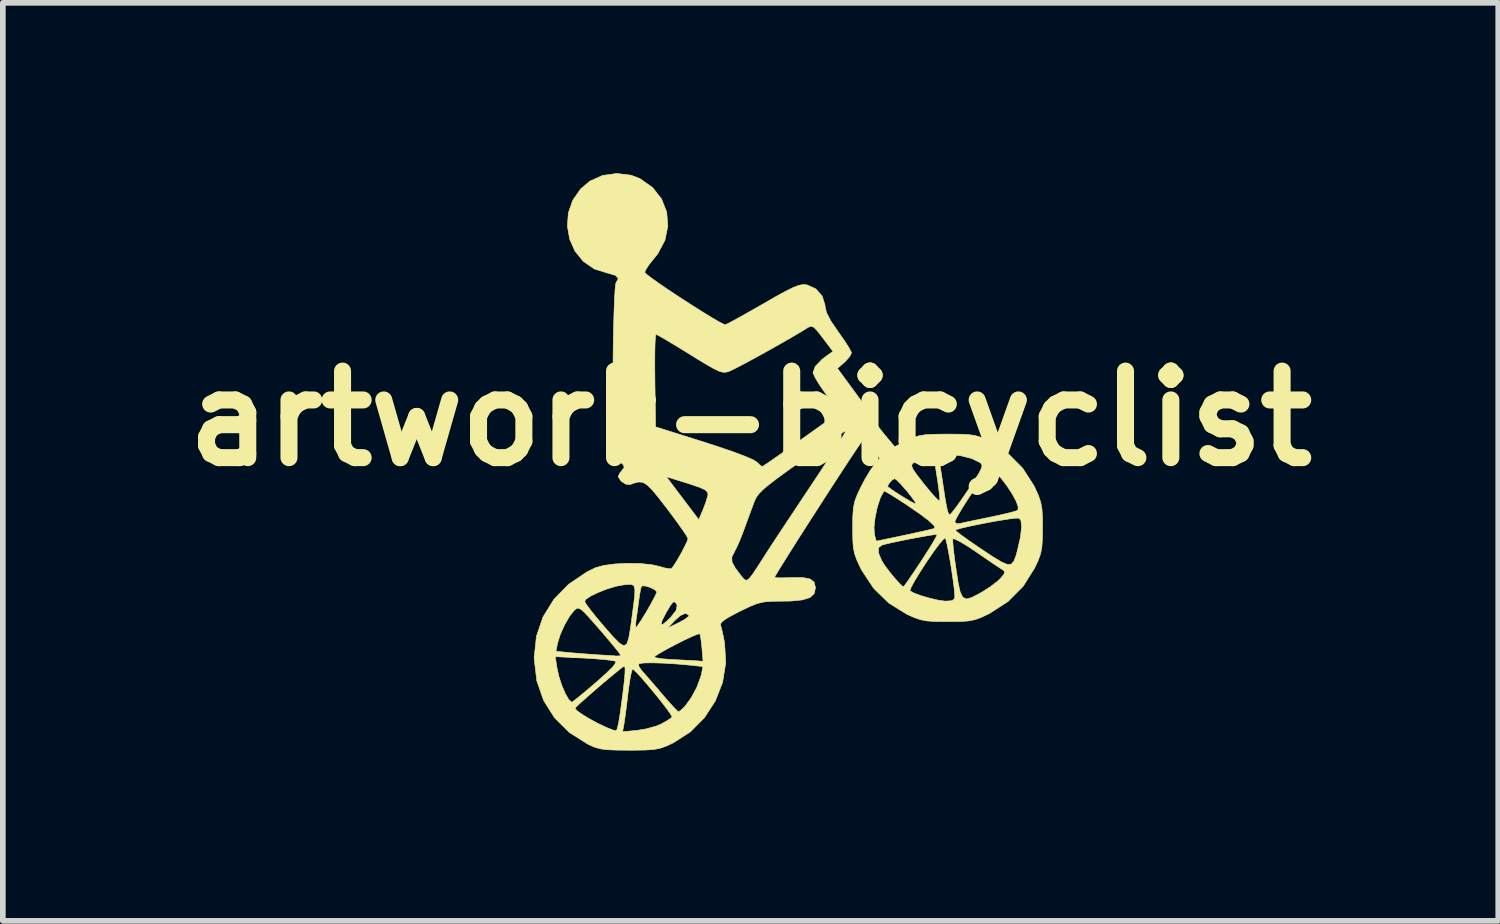
<source format=kicad_pcb>
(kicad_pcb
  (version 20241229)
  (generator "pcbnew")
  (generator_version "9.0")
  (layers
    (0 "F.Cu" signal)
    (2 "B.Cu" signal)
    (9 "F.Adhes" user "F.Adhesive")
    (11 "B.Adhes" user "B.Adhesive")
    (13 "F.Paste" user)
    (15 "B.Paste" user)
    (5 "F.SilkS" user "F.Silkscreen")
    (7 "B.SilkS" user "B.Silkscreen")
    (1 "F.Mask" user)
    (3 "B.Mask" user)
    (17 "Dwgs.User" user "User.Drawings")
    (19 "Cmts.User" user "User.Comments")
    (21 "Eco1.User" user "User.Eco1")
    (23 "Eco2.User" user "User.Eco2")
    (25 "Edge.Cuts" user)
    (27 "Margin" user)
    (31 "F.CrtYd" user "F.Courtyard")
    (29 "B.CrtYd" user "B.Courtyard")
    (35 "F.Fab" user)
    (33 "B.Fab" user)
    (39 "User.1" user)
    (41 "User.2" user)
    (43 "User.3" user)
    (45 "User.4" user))
  (footprint "artwork-bicyclist"
    (layer "F.Cu")
    (at 10.167 4.32)
    (property "Reference" "artwork-bicyclist" (at 0 0 0) (layer "F.SilkS") (effects (font (size 1.524 1.524) (thickness 0.3))))
    (attr through_hole)
    (fp_poly (pts (xy -2.105 -4.285) (xy -1.948 -4.225) (xy -1.725 -4.068) (xy -1.567 -3.867) (xy -1.476 -3.636) (xy -1.456 -3.389) (xy -1.507 -3.139) (xy -1.633 -2.901) (xy -1.697 -2.821) (xy -1.787 -2.71) (xy -1.847 -2.617) (xy -1.863 -2.574) (xy -1.829 -2.538) (xy -1.736 -2.467) (xy -1.598 -2.369) (xy -1.427 -2.253) (xy -1.237 -2.127) (xy -1.041 -2.001) (xy -0.853 -1.882) (xy -0.686 -1.779) (xy -0.553 -1.702) (xy -0.467 -1.658) (xy -0.446 -1.651) (xy -0.4 -1.671) (xy -0.294 -1.727) (xy -0.14 -1.812) (xy 0.049 -1.919) (xy 0.217 -2.015) (xy 0.452 -2.15) (xy 0.626 -2.245) (xy 0.754 -2.308) (xy 0.847 -2.344) (xy 0.917 -2.358) (xy 0.979 -2.355) (xy 0.994 -2.353) (xy 1.149 -2.284) (xy 1.261 -2.158) (xy 1.312 -1.999) (xy 1.313 -1.973) (xy 1.338 -1.865) (xy 1.414 -1.718) (xy 1.546 -1.525) (xy 1.648 -1.38) (xy 1.727 -1.258) (xy 1.772 -1.175) (xy 1.778 -1.155) (xy 1.749 -1.094) (xy 1.676 -1.011) (xy 1.655 -0.991) (xy 1.531 -0.882) (xy 1.866 -0.426) (xy 1.99 -0.256) (xy 2.093 -0.109) (xy 2.166 -0.00029) (xy 2.2 0.057) (xy 2.201 0.062) (xy 2.227 0.109) (xy 2.292 0.199) (xy 2.37 0.295) (xy 2.538 0.496) (xy 2.761 0.386) (xy 2.868 0.337) (xy 2.966 0.305) (xy 3.079 0.286) (xy 3.229 0.278) (xy 3.439 0.275) (xy 3.471 0.275) (xy 3.687 0.277) (xy 3.84 0.284) (xy 3.955 0.3) (xy 4.054 0.33) (xy 4.16 0.377) (xy 4.209 0.402) (xy 4.527 0.608) (xy 4.793 0.875) (xy 4.995 1.189) (xy 5.008 1.216) (xy 5.071 1.357) (xy 5.111 1.475) (xy 5.133 1.596) (xy 5.142 1.749) (xy 5.143 1.926) (xy 5.14 2.129) (xy 5.13 2.274) (xy 5.106 2.391) (xy 5.063 2.507) (xy 5.005 2.631) (xy 4.802 2.954) (xy 4.534 3.224) (xy 4.21 3.433) (xy 4.194 3.441) (xy 4.062 3.503) (xy 3.953 3.543) (xy 3.84 3.565) (xy 3.697 3.575) (xy 3.499 3.577) (xy 3.472 3.577) (xy 3.264 3.575) (xy 3.114 3.566) (xy 2.996 3.544) (xy 2.884 3.506) (xy 2.752 3.447) (xy 2.435 3.25) (xy 2.209 3.03) (xy 2.807 3.03) (xy 2.808 3.034) (xy 2.879 3.074) (xy 3.005 3.121) (xy 3.158 3.165) (xy 3.308 3.2) (xy 3.428 3.216) (xy 3.44 3.216) (xy 3.546 3.209) (xy 3.591 3.178) (xy 3.598 3.13) (xy 3.592 3.036) (xy 3.574 2.891) (xy 3.549 2.717) (xy 3.52 2.532) (xy 3.489 2.358) (xy 3.461 2.216) (xy 3.439 2.125) (xy 3.437 2.12) (xy 3.562 2.12) (xy 3.562 2.177) (xy 3.573 2.3) (xy 3.594 2.471) (xy 3.622 2.67) (xy 3.658 2.903) (xy 3.694 3.059) (xy 3.738 3.148) (xy 3.801 3.178) (xy 3.891 3.155) (xy 4.02 3.089) (xy 4.085 3.052) (xy 4.225 2.962) (xy 4.35 2.866) (xy 4.402 2.817) (xy 4.467 2.738) (xy 4.475 2.693) (xy 4.445 2.667) (xy 4.386 2.629) (xy 4.274 2.555) (xy 4.127 2.454) (xy 3.979 2.353) (xy 3.821 2.247) (xy 3.689 2.168) (xy 3.598 2.123) (xy 3.562 2.12) (xy 3.437 2.12) (xy 3.431 2.104) (xy 3.398 2.125) (xy 3.329 2.205) (xy 3.233 2.333) (xy 3.12 2.496) (xy 3.091 2.539) (xy 2.979 2.714) (xy 2.888 2.863) (xy 2.829 2.973) (xy 2.807 3.03) (xy 2.209 3.03) (xy 2.167 2.988) (xy 1.956 2.669) (xy 1.939 2.635) (xy 1.874 2.496) (xy 1.833 2.383) (xy 1.83 2.368) (xy 2.254 2.368) (xy 2.31 2.502) (xy 2.362 2.586) (xy 2.443 2.694) (xy 2.534 2.805) (xy 2.618 2.899) (xy 2.678 2.956) (xy 2.693 2.963) (xy 2.721 2.93) (xy 2.786 2.839) (xy 2.878 2.704) (xy 2.989 2.538) (xy 3.006 2.512) (xy 3.116 2.341) (xy 3.205 2.198) (xy 3.264 2.094) (xy 3.286 2.045) (xy 3.285 2.043) (xy 3.241 2.045) (xy 3.133 2.061) (xy 2.983 2.088) (xy 2.81 2.12) (xy 2.633 2.156) (xy 2.473 2.19) (xy 2.35 2.219) (xy 2.318 2.228) (xy 2.255 2.275) (xy 2.254 2.368) (xy 1.83 2.368) (xy 1.81 2.266) (xy 1.801 2.119) (xy 1.799 1.927) (xy 1.799 1.919) (xy 2.175 1.919) (xy 2.183 2.043) (xy 2.204 2.127) (xy 2.217 2.159) (xy 2.26 2.151) (xy 2.369 2.128) (xy 2.528 2.095) (xy 2.721 2.054) (xy 2.73 2.052) (xy 2.924 2.01) (xy 3.086 1.974) (xy 3.12 1.966) (xy 3.608 1.966) (xy 3.635 1.994) (xy 3.72 2.06) (xy 3.851 2.154) (xy 4.017 2.268) (xy 4.071 2.304) (xy 4.276 2.44) (xy 4.423 2.528) (xy 4.524 2.57) (xy 4.591 2.566) (xy 4.637 2.515) (xy 4.674 2.419) (xy 4.7 2.325) (xy 4.753 2.093) (xy 4.774 1.914) (xy 4.763 1.798) (xy 4.73 1.755) (xy 4.671 1.755) (xy 4.549 1.77) (xy 4.385 1.796) (xy 4.198 1.829) (xy 4.009 1.866) (xy 3.836 1.902) (xy 3.699 1.935) (xy 3.619 1.959) (xy 3.608 1.966) (xy 3.12 1.966) (xy 3.199 1.947) (xy 3.246 1.933) (xy 3.246 1.933) (xy 3.235 1.889) (xy 3.167 1.823) (xy 3.598 1.823) (xy 3.633 1.854) (xy 3.694 1.848) (xy 3.774 1.83) (xy 3.915 1.8) (xy 4.094 1.763) (xy 4.233 1.734) (xy 4.418 1.694) (xy 4.571 1.658) (xy 4.674 1.629) (xy 4.708 1.615) (xy 4.714 1.556) (xy 4.676 1.452) (xy 4.605 1.322) (xy 4.514 1.183) (xy 4.415 1.054) (xy 4.321 0.952) (xy 4.243 0.896) (xy 4.218 0.891) (xy 4.179 0.925) (xy 4.107 1.016) (xy 4.013 1.145) (xy 3.909 1.298) (xy 3.804 1.457) (xy 3.711 1.606) (xy 3.64 1.728) (xy 3.602 1.807) (xy 3.598 1.823) (xy 3.167 1.823) (xy 3.152 1.808) (xy 2.996 1.689) (xy 2.766 1.531) (xy 2.759 1.526) (xy 2.6 1.422) (xy 2.47 1.34) (xy 2.382 1.289) (xy 2.352 1.277) (xy 2.289 1.39) (xy 2.234 1.556) (xy 2.194 1.743) (xy 2.175 1.919) (xy 1.799 1.919) (xy 1.801 1.724) (xy 1.812 1.578) (xy 1.835 1.461) (xy 1.878 1.346) (xy 1.933 1.228) (xy 1.953 1.19) (xy 2.415 1.19) (xy 2.418 1.201) (xy 2.493 1.257) (xy 2.6 1.328) (xy 2.718 1.401) (xy 2.823 1.463) (xy 2.895 1.5) (xy 2.913 1.504) (xy 2.897 1.466) (xy 2.837 1.382) (xy 2.75 1.272) (xy 2.653 1.163) (xy 2.577 1.086) (xy 2.539 1.058) (xy 2.493 1.084) (xy 2.442 1.14) (xy 2.415 1.19) (xy 1.953 1.19) (xy 2.016 1.068) (xy 2.104 0.922) (xy 2.165 0.835) (xy 2.838 0.835) (xy 2.859 0.889) (xy 2.918 0.976) (xy 3.022 1.111) (xy 3.06 1.159) (xy 3.171 1.294) (xy 3.26 1.394) (xy 3.318 1.448) (xy 3.333 1.451) (xy 3.333 1.395) (xy 3.32 1.277) (xy 3.299 1.119) (xy 3.289 1.056) (xy 3.235 0.71) (xy 3.317 0.71) (xy 3.32 0.73) (xy 3.336 0.818) (xy 3.359 0.96) (xy 3.385 1.128) (xy 3.387 1.143) (xy 3.421 1.371) (xy 3.448 1.527) (xy 3.469 1.625) (xy 3.487 1.676) (xy 3.506 1.693) (xy 3.511 1.693) (xy 3.545 1.66) (xy 3.616 1.569) (xy 3.712 1.435) (xy 3.824 1.271) (xy 3.83 1.263) (xy 3.949 1.081) (xy 4.026 0.957) (xy 4.067 0.876) (xy 4.077 0.826) (xy 4.061 0.793) (xy 4.039 0.775) (xy 3.895 0.704) (xy 3.699 0.655) (xy 3.487 0.635) (xy 3.481 0.635) (xy 3.369 0.639) (xy 3.321 0.66) (xy 3.317 0.71) (xy 3.235 0.71) (xy 3.233 0.699) (xy 3.101 0.704) (xy 2.977 0.728) (xy 2.885 0.77) (xy 2.849 0.8) (xy 2.838 0.835) (xy 2.165 0.835) (xy 2.172 0.826) (xy 2.277 0.7) (xy 2.147 0.518) (xy 2.069 0.423) (xy 2.009 0.372) (xy 1.986 0.37) (xy 1.948 0.421) (xy 1.872 0.532) (xy 1.765 0.692) (xy 1.635 0.891) (xy 1.486 1.119) (xy 1.326 1.366) (xy 1.162 1.621) (xy 0.999 1.875) (xy 0.844 2.117) (xy 0.704 2.338) (xy 0.586 2.527) (xy 0.495 2.673) (xy 0.439 2.768) (xy 0.423 2.799) (xy 0.462 2.805) (xy 0.564 2.806) (xy 0.708 2.802) (xy 0.722 2.801) (xy 0.92 2.801) (xy 1.049 2.826) (xy 1.119 2.881) (xy 1.143 2.973) (xy 1.143 2.987) (xy 1.12 3.085) (xy 1.047 3.153) (xy 0.913 3.195) (xy 0.71 3.215) (xy 0.563 3.217) (xy 0.374 3.219) (xy 0.236 3.231) (xy 0.117 3.259) (xy -0.013 3.311) (xy -0.187 3.395) (xy -0.191 3.396) (xy -0.369 3.49) (xy -0.477 3.558) (xy -0.525 3.61) (xy -0.527 3.64) (xy -0.506 3.715) (xy -0.478 3.842) (xy -0.457 3.953) (xy -0.436 4.302) (xy -0.492 4.647) (xy -0.619 4.973) (xy -0.81 5.267) (xy -1.058 5.518) (xy -1.356 5.71) (xy -1.376 5.72) (xy -1.491 5.772) (xy -1.591 5.807) (xy -1.699 5.828) (xy -1.837 5.838) (xy -2.027 5.842) (xy -2.14 5.842) (xy -2.364 5.84) (xy -2.525 5.833) (xy -2.643 5.818) (xy -2.74 5.791) (xy -2.837 5.749) (xy -2.863 5.736) (xy -3.19 5.53) (xy -3.204 5.516) (xy -2.253 5.516) (xy -2.002 5.493) (xy -1.828 5.464) (xy -1.657 5.415) (xy -1.577 5.382) (xy -1.468 5.321) (xy -1.395 5.272) (xy -1.381 5.258) (xy -1.4 5.217) (xy -1.462 5.128) (xy -1.556 5.005) (xy -1.668 4.865) (xy -1.787 4.721) (xy -1.9 4.589) (xy -1.995 4.484) (xy -2.059 4.422) (xy -2.075 4.411) (xy -2.092 4.445) (xy -2.115 4.546) (xy -2.139 4.698) (xy -2.157 4.835) (xy -2.18 5.032) (xy -2.203 5.21) (xy -2.222 5.343) (xy -2.23 5.393) (xy -2.253 5.516) (xy -3.204 5.516) (xy -3.451 5.271) (xy -3.557 5.104) (xy -3.09 5.104) (xy -3.055 5.147) (xy -2.962 5.213) (xy -2.833 5.291) (xy -2.686 5.37) (xy -2.543 5.438) (xy -2.424 5.486) (xy -2.365 5.5) (xy -2.347 5.463) (xy -2.323 5.362) (xy -2.299 5.216) (xy -2.293 5.175) (xy -2.252 4.873) (xy -2.225 4.648) (xy -2.211 4.492) (xy -2.209 4.399) (xy -2.219 4.362) (xy -2.223 4.36) (xy -2.263 4.386) (xy -2.351 4.456) (xy -2.472 4.556) (xy -2.613 4.674) (xy -2.758 4.799) (xy -2.892 4.917) (xy -3.002 5.015) (xy -3.072 5.082) (xy -3.09 5.104) (xy -3.557 5.104) (xy -3.643 4.966) (xy -3.764 4.619) (xy -3.809 4.235) (xy -3.81 4.203) (xy -3.809 4.194) (xy -3.438 4.194) (xy -3.409 4.388) (xy -3.375 4.542) (xy -3.323 4.7) (xy -3.262 4.843) (xy -3.202 4.948) (xy -3.15 4.995) (xy -3.145 4.995) (xy -3.107 4.969) (xy -3.018 4.898) (xy -2.89 4.793) (xy -2.738 4.663) (xy -2.723 4.65) (xy -2.541 4.488) (xy -2.425 4.373) (xy -2.389 4.324) (xy -1.972 4.324) (xy -1.962 4.376) (xy -1.906 4.452) (xy -1.903 4.455) (xy -1.836 4.53) (xy -1.732 4.649) (xy -1.609 4.792) (xy -1.553 4.858) (xy -1.439 4.99) (xy -1.344 5.094) (xy -1.283 5.155) (xy -1.268 5.165) (xy -1.224 5.137) (xy -1.155 5.07) (xy -1.154 5.069) (xy -1.046 4.921) (xy -0.945 4.733) (xy -0.876 4.548) (xy -0.864 4.501) (xy -0.838 4.368) (xy -1.064 4.344) (xy -1.303 4.323) (xy -1.527 4.309) (xy -1.721 4.303) (xy -1.869 4.305) (xy -1.956 4.315) (xy -1.972 4.324) (xy -2.389 4.324) (xy -2.373 4.302) (xy -2.378 4.274) (xy -2.44 4.261) (xy -2.569 4.246) (xy -2.744 4.231) (xy -2.936 4.219) (xy -3.318 4.2) (xy -1.693 4.2) (xy -1.654 4.216) (xy -1.552 4.232) (xy -1.407 4.243) (xy -1.386 4.244) (xy -1.215 4.253) (xy -1.06 4.261) (xy -0.958 4.267) (xy -0.836 4.276) (xy -0.855 4.043) (xy -0.869 3.911) (xy -0.885 3.819) (xy -0.894 3.791) (xy -0.937 3.8) (xy -1.035 3.841) (xy -1.169 3.904) (xy -1.318 3.979) (xy -1.464 4.056) (xy -1.588 4.126) (xy -1.67 4.177) (xy -1.693 4.2) (xy -3.318 4.2) (xy -3.438 4.194) (xy -3.809 4.194) (xy -3.798 4.1) (xy -3.426 4.1) (xy -3.163 4.125) (xy -2.971 4.141) (xy -2.769 4.156) (xy -2.667 4.163) (xy -2.522 4.171) (xy -2.405 4.179) (xy -2.36 4.183) (xy -2.297 4.179) (xy -2.286 4.167) (xy -2.312 4.128) (xy -2.384 4.038) (xy -2.491 3.909) (xy -2.622 3.755) (xy -2.651 3.721) (xy -2.8 3.551) (xy -2.904 3.436) (xy -2.975 3.369) (xy -3.023 3.341) (xy -3.06 3.344) (xy -3.095 3.37) (xy -3.101 3.375) (xy -3.185 3.48) (xy -3.274 3.634) (xy -3.351 3.805) (xy -3.399 3.959) (xy -3.4 3.966) (xy -3.426 4.1) (xy -3.798 4.1) (xy -3.77 3.834) (xy -3.653 3.493) (xy -3.484 3.219) (xy -2.921 3.219) (xy -2.895 3.269) (xy -2.823 3.367) (xy -2.716 3.501) (xy -2.585 3.656) (xy -2.575 3.668) (xy -2.418 3.846) (xy -2.307 3.958) (xy -2.231 4.002) (xy -2.18 3.973) (xy -2.144 3.868) (xy -2.114 3.691) (xy -1.46 3.691) (xy -1.262 3.595) (xy -1.154 3.535) (xy -1.091 3.485) (xy -1.084 3.464) (xy -1.146 3.43) (xy -1.24 3.473) (xy -1.336 3.56) (xy -1.46 3.691) (xy -2.114 3.691) (xy -2.113 3.685) (xy -2.107 3.639) (xy -2.024 3.639) (xy -2.019 3.682) (xy -2.018 3.683) (xy -1.989 3.649) (xy -1.974 3.626) (xy -1.574 3.626) (xy -1.54 3.623) (xy -1.455 3.551) (xy -1.404 3.5) (xy -1.31 3.38) (xy -1.293 3.293) (xy -1.294 3.288) (xy -1.325 3.232) (xy -1.361 3.232) (xy -1.413 3.295) (xy -1.491 3.427) (xy -1.492 3.43) (xy -1.559 3.562) (xy -1.574 3.626) (xy -1.974 3.626) (xy -1.929 3.56) (xy -1.85 3.431) (xy -1.825 3.39) (xy -1.744 3.248) (xy -1.683 3.132) (xy -1.652 3.063) (xy -1.651 3.055) (xy -1.685 3.015) (xy -1.765 2.976) (xy -1.853 2.949) (xy -1.914 2.949) (xy -1.921 2.955) (xy -1.936 3.011) (xy -1.956 3.121) (xy -1.966 3.196) (xy -1.987 3.353) (xy -2.008 3.5) (xy -2.015 3.545) (xy -2.024 3.639) (xy -2.107 3.639) (xy -2.09 3.514) (xy -2.058 3.277) (xy -2.039 3.112) (xy -2.037 3.006) (xy -2.053 2.947) (xy -2.091 2.923) (xy -2.154 2.922) (xy -2.235 2.93) (xy -2.371 2.955) (xy -2.526 3.002) (xy -2.68 3.062) (xy -2.811 3.125) (xy -2.898 3.183) (xy -2.921 3.219) (xy -3.484 3.219) (xy -3.463 3.186) (xy -3.205 2.921) (xy -2.884 2.704) (xy -2.731 2.628) (xy -2.588 2.588) (xy -2.389 2.562) (xy -2.163 2.55) (xy -1.937 2.554) (xy -1.739 2.575) (xy -1.633 2.598) (xy -1.509 2.632) (xy -1.419 2.646) (xy -1.394 2.644) (xy -1.354 2.595) (xy -1.292 2.497) (xy -1.259 2.44) (xy -0.329 2.44) (xy -0.326 2.526) (xy -0.27 2.63) (xy -0.203 2.72) (xy -0.148 2.792) (xy -0.107 2.837) (xy -0.069 2.85) (xy -0.025 2.821) (xy 0.035 2.746) (xy 0.122 2.615) (xy 0.245 2.423) (xy 0.267 2.389) (xy 0.353 2.256) (xy 0.477 2.067) (xy 0.629 1.838) (xy 0.799 1.582) (xy 0.977 1.314) (xy 1.09 1.144) (xy 1.253 0.899) (xy 1.397 0.678) (xy 1.518 0.49) (xy 1.608 0.345) (xy 1.662 0.253) (xy 1.675 0.222) (xy 1.637 0.24) (xy 1.54 0.3) (xy 1.394 0.397) (xy 1.211 0.523) (xy 0.998 0.672) (xy 0.893 0.747) (xy 0.642 0.927) (xy 0.451 1.067) (xy 0.311 1.175) (xy 0.212 1.259) (xy 0.145 1.328) (xy 0.101 1.39) (xy 0.071 1.453) (xy 0.06 1.482) (xy 0.008 1.622) (xy -0.058 1.801) (xy -0.119 1.968) (xy -0.18 2.126) (xy -0.239 2.261) (xy -0.282 2.345) (xy -0.283 2.348) (xy -0.329 2.44) (xy -1.259 2.44) (xy -1.221 2.373) (xy -1.157 2.25) (xy -1.112 2.154) (xy -1.101 2.115) (xy -1.125 2.067) (xy -1.193 1.965) (xy -1.294 1.823) (xy -1.419 1.654) (xy -1.471 1.585) (xy -1.623 1.389) (xy -1.737 1.251) (xy -1.825 1.166) (xy -1.899 1.124) (xy -1.973 1.118) (xy -2.057 1.14) (xy -2.122 1.164) (xy -2.199 1.156) (xy -2.28 1.102) (xy -2.327 1.031) (xy -2.327 1.025) (xy -1.482 1.025) (xy -1.366 1.18) (xy -1.275 1.301) (xy -1.162 1.45) (xy -1.08 1.558) (xy -0.911 1.781) (xy -0.834 1.601) (xy -0.786 1.473) (xy -0.754 1.366) (xy -0.749 1.339) (xy -0.758 1.295) (xy -0.802 1.255) (xy -0.897 1.212) (xy -1.057 1.158) (xy -1.112 1.14) (xy -1.482 1.025) (xy -2.327 1.025) (xy -2.328 1.016) (xy -2.301 0.96) (xy -2.262 0.913) (xy -2.225 0.864) (xy -2.239 0.817) (xy -2.312 0.747) (xy -2.315 0.744) (xy -2.434 0.642) (xy -2.422 -0.854) (xy -2.421 -0.942) (xy -1.686 -0.942) (xy -1.684 -0.693) (xy -1.684 -0.667) (xy -1.672 0.147) (xy -0.826 0.413) (xy -0.541 0.506) (xy -0.294 0.591) (xy -0.097 0.665) (xy 0.04 0.724) (xy 0.105 0.763) (xy 0.171 0.824) (xy 0.206 0.847) (xy 0.244 0.823) (xy 0.34 0.759) (xy 0.481 0.661) (xy 0.656 0.539) (xy 0.8 0.437) (xy 0.999 0.295) (xy 1.181 0.165) (xy 1.33 0.058) (xy 1.433 -0.017) (xy 1.47 -0.044) (xy 1.564 -0.116) (xy 1.332 -0.425) (xy 1.229 -0.571) (xy 1.15 -0.699) (xy 1.106 -0.789) (xy 1.101 -0.812) (xy 1.141 -0.918) (xy 1.262 -1.043) (xy 1.353 -1.112) (xy 1.453 -1.181) (xy 1.273 -1.419) (xy 1.178 -1.542) (xy 1.115 -1.607) (xy 1.068 -1.625) (xy 1.02 -1.608) (xy 1.002 -1.597) (xy 0.881 -1.522) (xy 0.716 -1.425) (xy 0.522 -1.314) (xy 0.315 -1.197) (xy 0.11 -1.084) (xy -0.08 -0.981) (xy -0.238 -0.898) (xy -0.351 -0.842) (xy -0.397 -0.823) (xy -0.446 -0.814) (xy -0.495 -0.816) (xy -0.557 -0.835) (xy -0.645 -0.877) (xy -0.768 -0.947) (xy -0.94 -1.05) (xy -1.167 -1.191) (xy -1.344 -1.299) (xy -1.496 -1.39) (xy -1.606 -1.453) (xy -1.662 -1.481) (xy -1.666 -1.482) (xy -1.674 -1.441) (xy -1.681 -1.33) (xy -1.685 -1.159) (xy -1.686 -0.942) (xy -2.421 -0.942) (xy -2.418 -1.237) (xy -2.412 -1.579) (xy -2.404 -1.87) (xy -2.395 -2.105) (xy -2.385 -2.274) (xy -2.375 -2.37) (xy -2.369 -2.389) (xy -2.329 -2.462) (xy -2.372 -2.518) (xy -2.496 -2.556) (xy -2.508 -2.558) (xy -2.75 -2.633) (xy -2.945 -2.768) (xy -3.091 -2.947) (xy -3.185 -3.159) (xy -3.225 -3.388) (xy -3.208 -3.621) (xy -3.13 -3.844) (xy -2.99 -4.044) (xy -2.829 -4.18) (xy -2.606 -4.28) (xy -2.356 -4.315) (xy -2.105 -4.285)) (stroke (width 0.01) (type solid)) (fill yes) (layer "F.SilkS")))
  (gr_rect
    (start -3 -3)
    (end 23.335 13.167)
    (stroke (width 0.1) (type default))
    (fill no)
    (layer "Edge.Cuts")))
</source>
